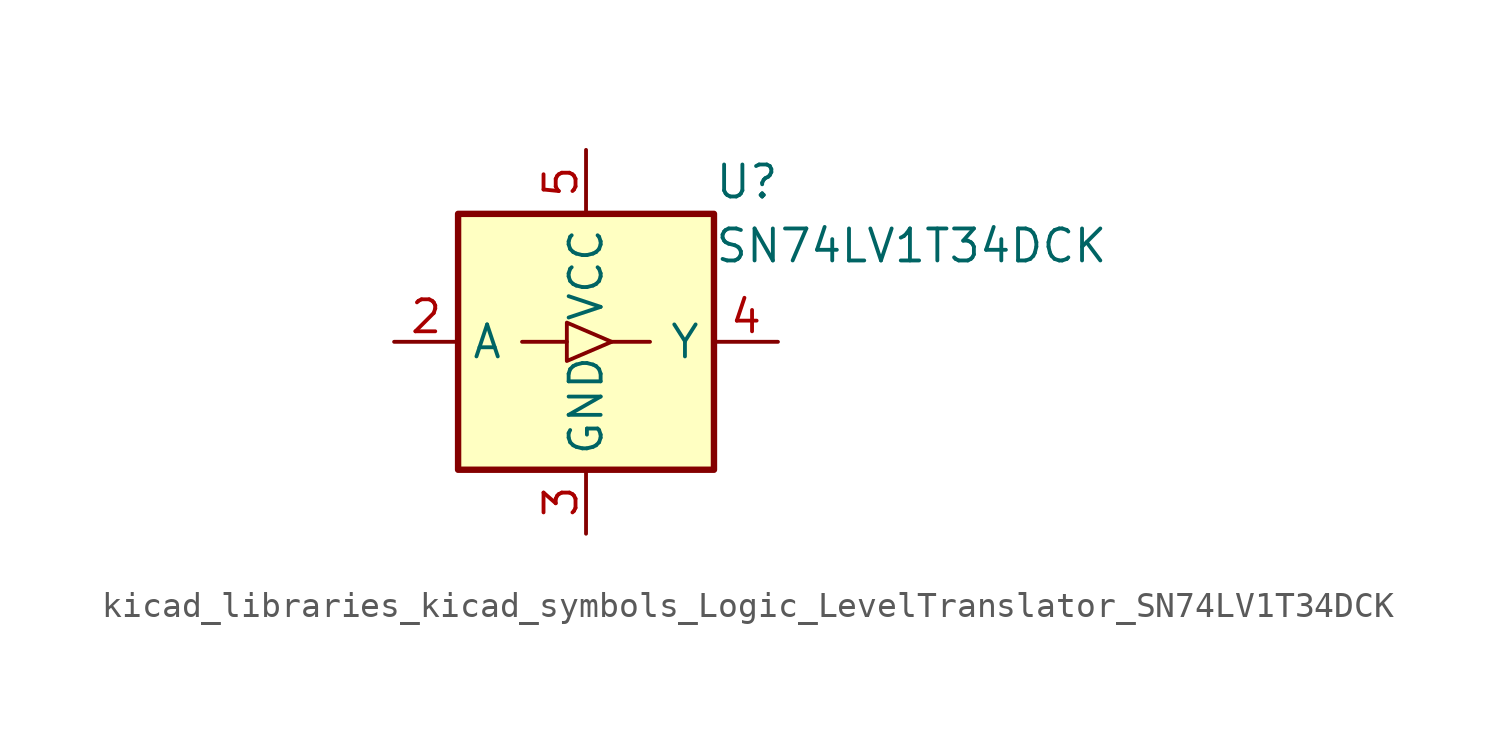
<source format=kicad_sym>
(kicad_symbol_lib
  (version 20220914)
  (generator kicad_symbol_editor)
  (symbol "kicad_libraries_kicad_symbols_Logic_LevelTranslator_SN74LV1T34DCK"
    (property "Reference" "U"
      (at 5.08 6.35 0)
      (effects (font (size 1.27 1.27)) (justify left)))
    (property "Value" "SN74LV1T34DCK"
      (at 5.08 3.81 0)
      (effects (font (size 1.27 1.27)) (justify left)))
    (symbol "kicad_libraries_kicad_symbols_Logic_LevelTranslator_SN74LV1T34DCK_0_1"
      (rectangle (start -5.08 5.08) (end 5.08 -5.08) (stroke (width 0.254) (type default)) (fill (type background)))
      (polyline (pts (xy -0.762 0) (xy -2.54 0)) (stroke (width 0) (type default)) (fill (type none)))
      (polyline (pts (xy 1.016 0) (xy 2.54 0)) (stroke (width 0) (type default)) (fill (type none))))
    (symbol "kicad_libraries_kicad_symbols_Logic_LevelTranslator_SN74LV1T34DCK_1_1"
      (polyline (pts (xy -0.762 -0.762) (xy -0.762 0.762) (xy 1.016 0) (xy -0.762 -0.762)) (stroke (width 0) (type default)) (fill (type none)))
      (pin no_connect line (at -5.08 2.54 0) (length 2.54) hide (name "NC" (effects (font (size 1.27 1.27)))) (number "1" (effects (font (size 1.27 1.27)))))
      (pin input line (at -7.62 0 0) (length 2.54) (name "A" (effects (font (size 1.27 1.27)))) (number "2" (effects (font (size 1.27 1.27)))))
      (pin power_in line (at 0 -7.62 90) (length 2.54) (name "GND" (effects (font (size 1.27 1.27)))) (number "3" (effects (font (size 1.27 1.27)))))
      (pin output line (at 7.62 0 180) (length 2.54) (name "Y" (effects (font (size 1.27 1.27)))) (number "4" (effects (font (size 1.27 1.27)))))
      (pin power_in line (at 0 7.62 270) (length 2.54) (name "VCC" (effects (font (size 1.27 1.27)))) (number "5" (effects (font (size 1.27 1.27))))))))
</source>
